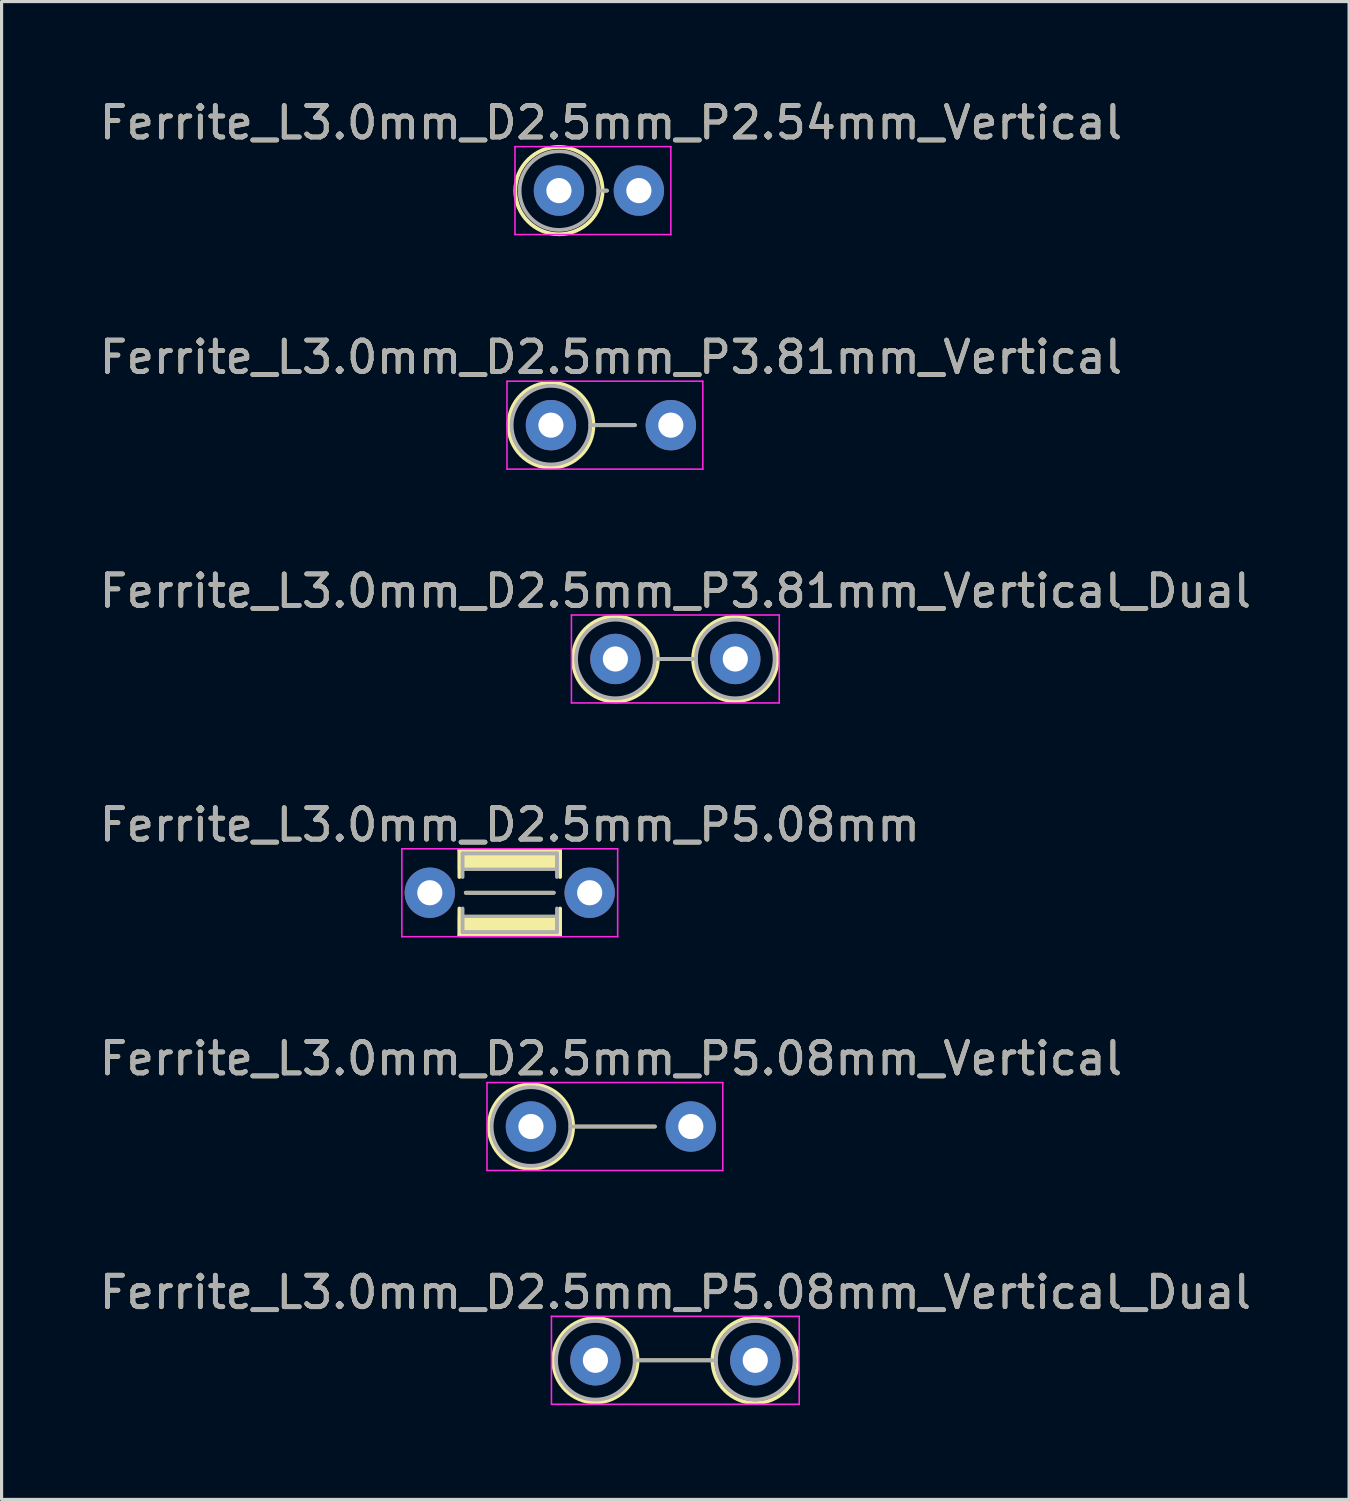
<source format=kicad_pcb>
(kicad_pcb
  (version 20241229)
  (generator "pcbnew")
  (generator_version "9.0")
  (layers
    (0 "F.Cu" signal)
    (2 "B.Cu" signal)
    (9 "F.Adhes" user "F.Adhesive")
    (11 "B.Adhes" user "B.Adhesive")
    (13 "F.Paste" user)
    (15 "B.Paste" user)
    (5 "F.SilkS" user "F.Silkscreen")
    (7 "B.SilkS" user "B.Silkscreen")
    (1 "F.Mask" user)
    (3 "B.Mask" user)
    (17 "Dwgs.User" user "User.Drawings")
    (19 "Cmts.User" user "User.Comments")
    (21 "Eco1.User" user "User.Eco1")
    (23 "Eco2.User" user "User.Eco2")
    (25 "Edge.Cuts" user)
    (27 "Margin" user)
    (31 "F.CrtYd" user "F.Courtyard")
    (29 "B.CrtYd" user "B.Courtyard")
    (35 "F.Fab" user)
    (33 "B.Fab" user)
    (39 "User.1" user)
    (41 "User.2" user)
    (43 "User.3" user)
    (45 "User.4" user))
  (footprint "Ferrite_L3.0mm_D2.5mm_P3.81mm_Vertical_Dual"
    (layer "F.Cu")
    (at 16.506 17.891)
    (property "Reference" "Ferrite_L3.0mm_D2.5mm_P3.81mm_Vertical_Dual" (at 1.905 -2.159 0) (layer "F.SilkS") (effects (font (size 1 1) (thickness 0.15))))
    (fp_line (start 1.35 0) (end 2.47 0) (stroke (width 0.12) (type solid)) (layer "F.SilkS"))
    (fp_circle (center 0 0) (end 1.35 0) (stroke (width 0.12) (type solid)) (fill no) (layer "F.SilkS"))
    (fp_circle (center 3.81 0) (end 5.15 0) (stroke (width 0.12) (type solid)) (fill no) (layer "F.SilkS"))
    (fp_line (start -1.397 -1.397) (end 5.207 -1.397) (stroke (width 0.05) (type solid)) (layer "F.CrtYd"))
    (fp_line (start -1.397 1.397) (end -1.397 -1.397) (stroke (width 0.05) (type solid)) (layer "F.CrtYd"))
    (fp_line (start 5.207 -1.397) (end 5.207 1.397) (stroke (width 0.05) (type solid)) (layer "F.CrtYd"))
    (fp_line (start 5.207 1.397) (end -1.397 1.397) (stroke (width 0.05) (type solid)) (layer "F.CrtYd"))
    (fp_line (start 1.25 0) (end 2.56 0) (stroke (width 0.12) (type solid)) (layer "F.Fab"))
    (fp_circle (center 0 0) (end 1.25 0) (stroke (width 0.12) (type solid)) (fill no) (layer "F.Fab"))
    (fp_circle (center 3.81 0) (end 5.06 0) (stroke (width 0.12) (type solid)) (fill no) (layer "F.Fab"))
    (fp_text user "${REFERENCE}" (at 1.905 -2.158 0) (layer "F.Fab") (effects (font (size 1 1) (thickness 0.15))))
    (pad "1" thru_hole circle (at 0 0) (size 1.6 1.6) (drill 0.8) (layers "*.Cu" "*.Mask"))
    (pad "2" thru_hole circle (at 3.81 0) (size 1.6 1.6) (drill 0.8) (layers "*.Cu" "*.Mask")))
  (footprint "Ferrite_L3.0mm_D2.5mm_P5.08mm"
    (layer "F.Cu")
    (at 10.609 25.32)
    (property "Reference" "Ferrite_L3.0mm_D2.5mm_P5.08mm" (at 2.54 -2.159 0) (layer "F.SilkS") (effects (font (size 1 1) (thickness 0.15))))
    (fp_line (start 0.94 -1.35) (end 0.94 -0.5) (stroke (width 0.12) (type solid)) (layer "F.SilkS"))
    (fp_line (start 0.94 0.5) (end 0.94 1.35) (stroke (width 0.12) (type solid)) (layer "F.SilkS"))
    (fp_line (start 0.94 1.35) (end 4.14 1.35) (stroke (width 0.12) (type solid)) (layer "F.SilkS"))
    (fp_line (start 3.937 0) (end 1.143 0) (stroke (width 0.12) (type solid)) (layer "F.SilkS"))
    (fp_line (start 4.14 -1.35) (end 0.94 -1.35) (stroke (width 0.12) (type solid)) (layer "F.SilkS"))
    (fp_line (start 4.14 -1.35) (end 4.14 -0.5) (stroke (width 0.12) (type solid)) (layer "F.SilkS"))
    (fp_line (start 4.14 1.35) (end 4.14 0.5) (stroke (width 0.12) (type solid)) (layer "F.SilkS"))
    (fp_poly (pts (xy 4.14 -0.75) (xy 0.94 -0.75) (xy 0.94 -1.35) (xy 4.14 -1.35)) (stroke (width 0.1) (type solid)) (fill yes) (layer "F.SilkS"))
    (fp_poly (pts (xy 4.14 1.35) (xy 0.94 1.35) (xy 0.94 0.75) (xy 4.14 0.75)) (stroke (width 0.1) (type solid)) (fill yes) (layer "F.SilkS"))
    (fp_line (start -0.889 -1.397) (end 5.969 -1.397) (stroke (width 0.05) (type solid)) (layer "F.CrtYd"))
    (fp_line (start -0.889 1.397) (end -0.889 -1.397) (stroke (width 0.05) (type solid)) (layer "F.CrtYd"))
    (fp_line (start 5.969 -1.397) (end 5.969 1.397) (stroke (width 0.05) (type solid)) (layer "F.CrtYd"))
    (fp_line (start 5.969 1.397) (end -0.889 1.397) (stroke (width 0.05) (type solid)) (layer "F.CrtYd"))
    (fp_line (start 1.04 -1.25) (end 1.04 -0.5) (stroke (width 0.12) (type solid)) (layer "F.Fab"))
    (fp_line (start 1.04 0.5) (end 1.04 1.25) (stroke (width 0.12) (type solid)) (layer "F.Fab"))
    (fp_line (start 1.04 1.25) (end 4.04 1.25) (stroke (width 0.12) (type solid)) (layer "F.Fab"))
    (fp_line (start 3.937 0) (end 1.143 0) (stroke (width 0.12) (type solid)) (layer "F.Fab"))
    (fp_line (start 4.04 -1.25) (end 1.04 -1.25) (stroke (width 0.12) (type solid)) (layer "F.Fab"))
    (fp_line (start 4.04 -1.25) (end 4.04 -0.5) (stroke (width 0.12) (type solid)) (layer "F.Fab"))
    (fp_line (start 4.04 1.25) (end 4.04 0.5) (stroke (width 0.12) (type solid)) (layer "F.Fab"))
    (fp_poly (pts (xy 4.04 -0.75) (xy 1.04 -0.75) (xy 1.04 -1.25) (xy 4.04 -1.25)) (stroke (width 0.1) (type solid)) (fill no) (layer "F.Fab"))
    (fp_poly (pts (xy 4.04 1.25) (xy 1.04 1.25) (xy 1.04 0.75) (xy 4.04 0.75)) (stroke (width 0.1) (type solid)) (fill no) (layer "F.Fab"))
    (fp_text user "${REFERENCE}" (at 2.54 -2.158 0) (layer "F.Fab") (effects (font (size 1 1) (thickness 0.15))))
    (pad "1" thru_hole circle (at 0 0) (size 1.6 1.6) (drill 0.8) (layers "*.Cu" "*.Mask"))
    (pad "2" thru_hole circle (at 5.08 0) (size 1.6 1.6) (drill 0.8) (layers "*.Cu" "*.Mask")))
  (footprint "Ferrite_L3.0mm_D2.5mm_P2.54mm_Vertical"
    (layer "F.Cu")
    (at 14.712 3.007)
    (property "Reference" "Ferrite_L3.0mm_D2.5mm_P2.54mm_Vertical" (at 1.651 -2.159 0) (layer "F.SilkS") (effects (font (size 1 1) (thickness 0.15))))
    (fp_line (start 1.387 0) (end 1.524 0) (stroke (width 0.12) (type solid)) (layer "F.SilkS"))
    (fp_circle (center 0 0) (end 1.387 0) (stroke (width 0.12) (type solid)) (fill no) (layer "F.SilkS"))
    (fp_line (start -1.397 -1.397) (end 3.556 -1.397) (stroke (width 0.05) (type solid)) (layer "F.CrtYd"))
    (fp_line (start -1.397 1.397) (end -1.397 -1.397) (stroke (width 0.05) (type solid)) (layer "F.CrtYd"))
    (fp_line (start 3.556 -1.397) (end 3.556 1.397) (stroke (width 0.05) (type solid)) (layer "F.CrtYd"))
    (fp_line (start 3.556 1.397) (end -1.397 1.397) (stroke (width 0.05) (type solid)) (layer "F.CrtYd"))
    (fp_line (start 1.25 0) (end 1.524 0) (stroke (width 0.12) (type solid)) (layer "F.Fab"))
    (fp_circle (center 0 0) (end 1.25 0) (stroke (width 0.12) (type solid)) (fill no) (layer "F.Fab"))
    (fp_text user "${REFERENCE}" (at 1.651 -2.158 0) (layer "F.Fab") (effects (font (size 1 1) (thickness 0.15))))
    (pad "1" thru_hole circle (at 0 0) (size 1.6 1.6) (drill 0.8) (layers "*.Cu" "*.Mask"))
    (pad "2" thru_hole circle (at 2.54 0) (size 1.6 1.6) (drill 0.8) (layers "*.Cu" "*.Mask")))
  (footprint "Ferrite_L3.0mm_D2.5mm_P5.08mm_Vertical"
    (layer "F.Cu")
    (at 13.823 32.749)
    (property "Reference" "Ferrite_L3.0mm_D2.5mm_P5.08mm_Vertical" (at 2.54 -2.159 0) (layer "F.SilkS") (effects (font (size 1 1) (thickness 0.15))))
    (fp_line (start 1.34 0) (end 3.937 0) (stroke (width 0.12) (type solid)) (layer "F.SilkS"))
    (fp_circle (center 0 0) (end 1.34 0) (stroke (width 0.12) (type solid)) (fill no) (layer "F.SilkS"))
    (fp_line (start -1.397 -1.397) (end 6.096 -1.397) (stroke (width 0.05) (type solid)) (layer "F.CrtYd"))
    (fp_line (start -1.397 1.397) (end -1.397 -1.397) (stroke (width 0.05) (type solid)) (layer "F.CrtYd"))
    (fp_line (start 6.096 -1.397) (end 6.096 1.397) (stroke (width 0.05) (type solid)) (layer "F.CrtYd"))
    (fp_line (start 6.096 1.397) (end -1.397 1.397) (stroke (width 0.05) (type solid)) (layer "F.CrtYd"))
    (fp_line (start 1.25 0) (end 3.937 0) (stroke (width 0.12) (type solid)) (layer "F.Fab"))
    (fp_circle (center 0 0) (end 1.25 0) (stroke (width 0.12) (type solid)) (fill no) (layer "F.Fab"))
    (fp_text user "${REFERENCE}" (at 2.54 -2.158 0) (layer "F.Fab") (effects (font (size 1 1) (thickness 0.15))))
    (pad "1" thru_hole circle (at 0 0) (size 1.6 1.6) (drill 0.8) (layers "*.Cu" "*.Mask"))
    (pad "2" thru_hole circle (at 5.08 0) (size 1.6 1.6) (drill 0.8) (layers "*.Cu" "*.Mask")))
  (footprint "Ferrite_L3.0mm_D2.5mm_P3.81mm_Vertical"
    (layer "F.Cu")
    (at 14.458 10.461)
    (property "Reference" "Ferrite_L3.0mm_D2.5mm_P3.81mm_Vertical" (at 1.905 -2.159 0) (layer "F.SilkS") (effects (font (size 1 1) (thickness 0.15))))
    (fp_line (start 1.35 0) (end 2.667 0) (stroke (width 0.12) (type solid)) (layer "F.SilkS"))
    (fp_circle (center 0 0) (end 1.35 0) (stroke (width 0.12) (type solid)) (fill no) (layer "F.SilkS"))
    (fp_line (start -1.397 -1.397) (end 4.826 -1.397) (stroke (width 0.05) (type solid)) (layer "F.CrtYd"))
    (fp_line (start -1.397 1.397) (end -1.397 -1.397) (stroke (width 0.05) (type solid)) (layer "F.CrtYd"))
    (fp_line (start 4.826 -1.397) (end 4.826 1.397) (stroke (width 0.05) (type solid)) (layer "F.CrtYd"))
    (fp_line (start 4.826 1.397) (end -1.397 1.397) (stroke (width 0.05) (type solid)) (layer "F.CrtYd"))
    (fp_line (start 1.25 0) (end 2.667 0) (stroke (width 0.12) (type solid)) (layer "F.Fab"))
    (fp_circle (center 0 0) (end 1.25 0) (stroke (width 0.12) (type solid)) (fill no) (layer "F.Fab"))
    (fp_text user "${REFERENCE}" (at 1.905 -2.158 0) (layer "F.Fab") (effects (font (size 1 1) (thickness 0.15))))
    (pad "1" thru_hole circle (at 0 0) (size 1.6 1.6) (drill 0.8) (layers "*.Cu" "*.Mask"))
    (pad "2" thru_hole circle (at 3.81 0) (size 1.6 1.6) (drill 0.8) (layers "*.Cu" "*.Mask")))
  (footprint "Ferrite_L3.0mm_D2.5mm_P5.08mm_Vertical_Dual"
    (layer "F.Cu")
    (at 15.871 40.178)
    (property "Reference" "Ferrite_L3.0mm_D2.5mm_P5.08mm_Vertical_Dual" (at 2.54 -2.159 0) (layer "F.SilkS") (effects (font (size 1 1) (thickness 0.15))))
    (fp_line (start 1.34 0) (end 3.72 0) (stroke (width 0.12) (type solid)) (layer "F.SilkS"))
    (fp_circle (center 0 0) (end 1.34 0) (stroke (width 0.12) (type solid)) (fill no) (layer "F.SilkS"))
    (fp_circle (center 5.08 0) (end 6.44 0) (stroke (width 0.12) (type solid)) (fill no) (layer "F.SilkS"))
    (fp_line (start -1.397 -1.397) (end 6.477 -1.397) (stroke (width 0.05) (type solid)) (layer "F.CrtYd"))
    (fp_line (start -1.397 1.397) (end -1.397 -1.397) (stroke (width 0.05) (type solid)) (layer "F.CrtYd"))
    (fp_line (start 6.477 -1.397) (end 6.477 1.397) (stroke (width 0.05) (type solid)) (layer "F.CrtYd"))
    (fp_line (start 6.477 1.397) (end -1.397 1.397) (stroke (width 0.05) (type solid)) (layer "F.CrtYd"))
    (fp_line (start 1.25 0) (end 3.83 0) (stroke (width 0.12) (type solid)) (layer "F.Fab"))
    (fp_circle (center 0 0) (end 1.25 0) (stroke (width 0.12) (type solid)) (fill no) (layer "F.Fab"))
    (fp_circle (center 5.08 0) (end 6.33 0) (stroke (width 0.12) (type solid)) (fill no) (layer "F.Fab"))
    (fp_text user "${REFERENCE}" (at 2.54 -2.158 0) (layer "F.Fab") (effects (font (size 1 1) (thickness 0.15))))
    (pad "1" thru_hole circle (at 0 0) (size 1.6 1.6) (drill 0.8) (layers "*.Cu" "*.Mask"))
    (pad "2" thru_hole circle (at 5.08 0) (size 1.6 1.6) (drill 0.8) (layers "*.Cu" "*.Mask")))
  (gr_rect
    (start -3 -3)
    (end 39.821 44.6)
    (stroke (width 0.1) (type default))
    (fill no)
    (layer "Edge.Cuts")))
</source>
